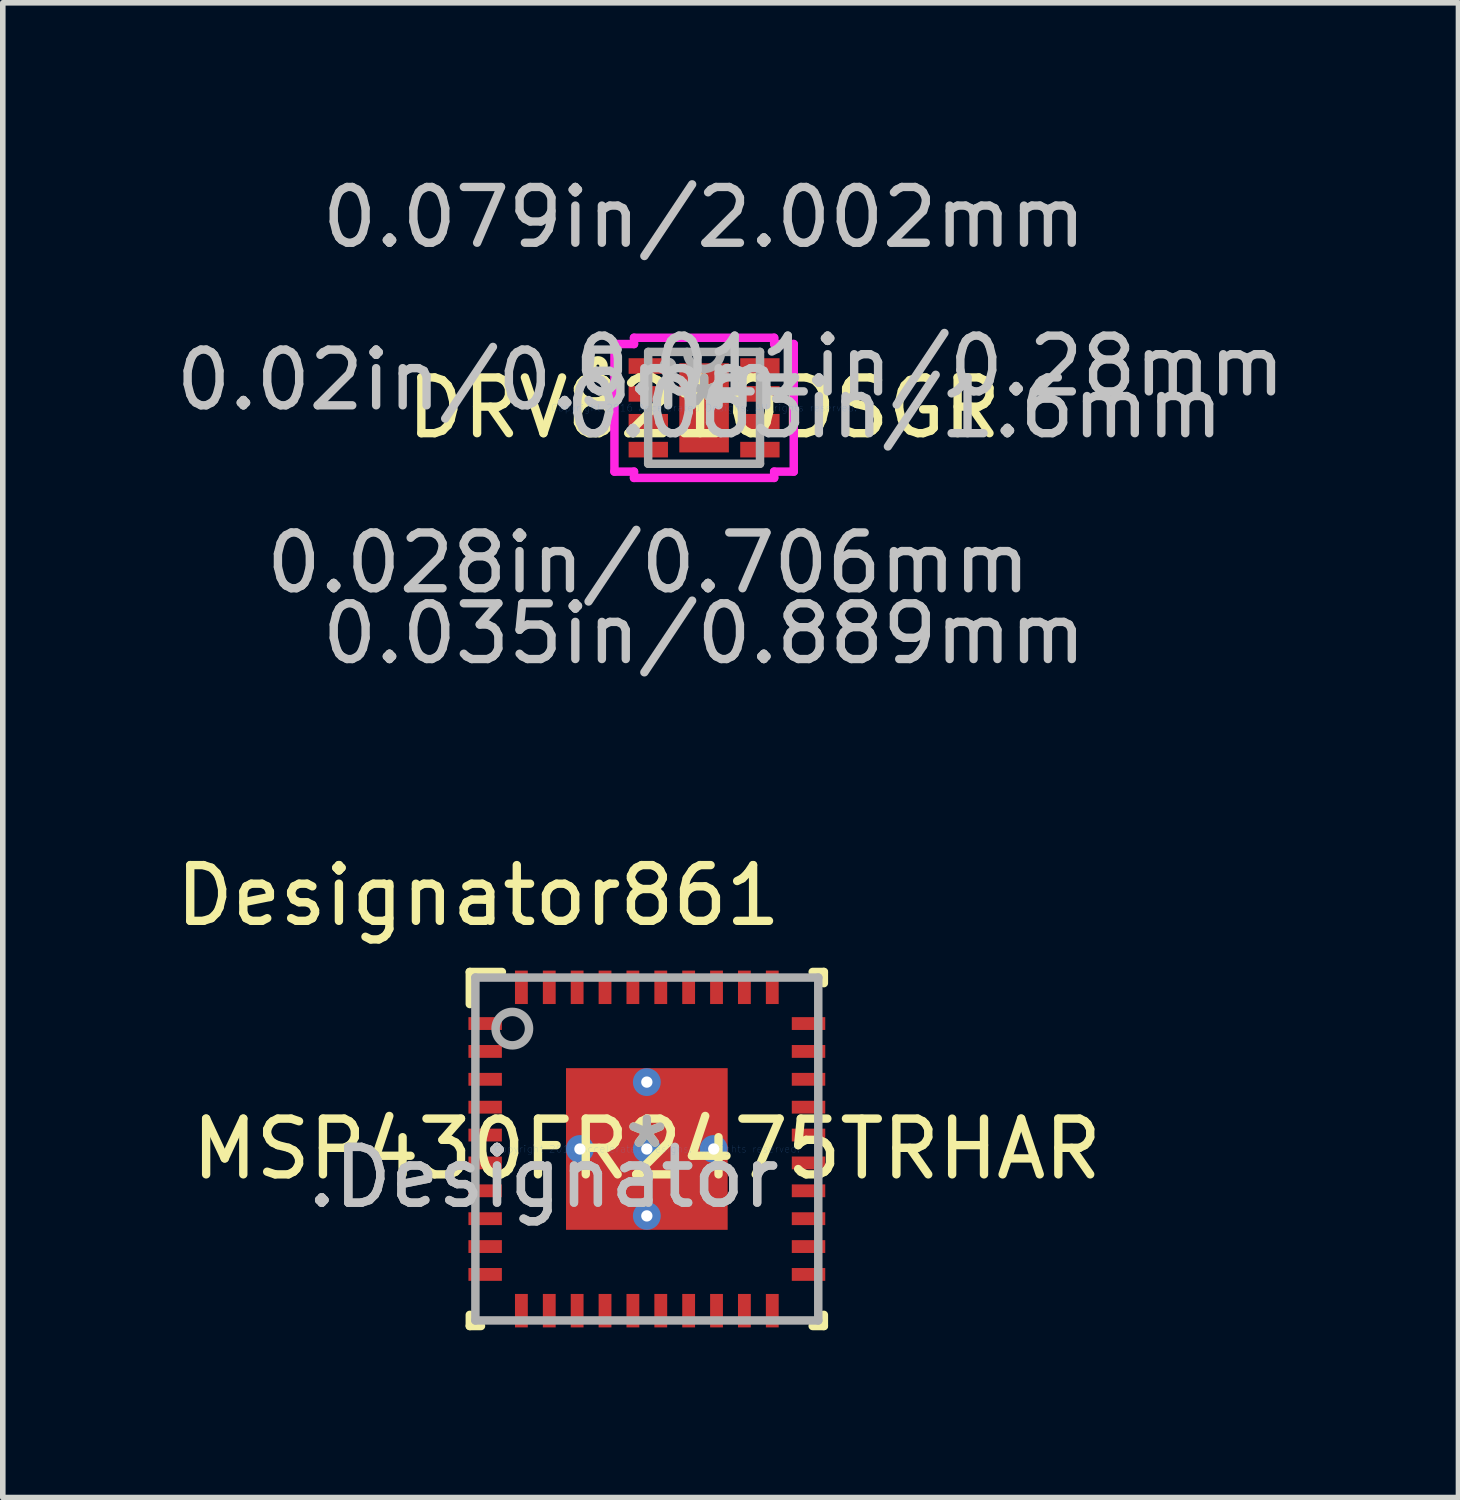
<source format=kicad_pcb>
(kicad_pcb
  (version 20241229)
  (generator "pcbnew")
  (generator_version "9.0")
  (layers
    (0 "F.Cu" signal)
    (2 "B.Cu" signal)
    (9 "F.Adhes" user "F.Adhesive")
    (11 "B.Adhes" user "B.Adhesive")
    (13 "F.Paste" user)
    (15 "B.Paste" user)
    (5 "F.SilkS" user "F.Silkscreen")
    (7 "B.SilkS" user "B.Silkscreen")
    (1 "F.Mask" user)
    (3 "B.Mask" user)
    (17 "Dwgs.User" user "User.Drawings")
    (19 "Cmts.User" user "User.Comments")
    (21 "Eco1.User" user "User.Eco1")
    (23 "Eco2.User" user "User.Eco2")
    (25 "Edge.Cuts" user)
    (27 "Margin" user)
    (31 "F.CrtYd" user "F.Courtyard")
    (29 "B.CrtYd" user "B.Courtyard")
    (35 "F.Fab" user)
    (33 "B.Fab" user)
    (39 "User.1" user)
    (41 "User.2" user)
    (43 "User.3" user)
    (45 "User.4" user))
  (footprint "DRV8210DSGR"
    (layer "F.Cu")
    (at 9.579 4.265)
    (property "Reference" "DRV8210DSGR" (at 0 0 0) (layer "F.SilkS") (effects (font (size 1 1) (thickness 0.15))))
    (attr through_hole)
    (fp_circle (center -1.905 -0.75) (end -1.803 -0.75) (stroke (width 0.152) (type solid)) (fill no) (layer "F.SilkS"))
    (fp_line (start -1.608 -1.144) (end -1.257 -1.144) (stroke (width 0.152) (type solid)) (layer "F.CrtYd"))
    (fp_line (start -1.608 1.144) (end -1.608 -1.144) (stroke (width 0.152) (type solid)) (layer "F.CrtYd"))
    (fp_line (start -1.257 -1.257) (end 1.257 -1.257) (stroke (width 0.152) (type solid)) (layer "F.CrtYd"))
    (fp_line (start -1.257 -1.144) (end -1.257 -1.257) (stroke (width 0.152) (type solid)) (layer "F.CrtYd"))
    (fp_line (start -1.257 1.144) (end -1.608 1.144) (stroke (width 0.152) (type solid)) (layer "F.CrtYd"))
    (fp_line (start -1.257 1.257) (end -1.257 1.144) (stroke (width 0.152) (type solid)) (layer "F.CrtYd"))
    (fp_line (start 1.257 -1.257) (end 1.257 -1.144) (stroke (width 0.152) (type solid)) (layer "F.CrtYd"))
    (fp_line (start 1.257 -1.144) (end 1.608 -1.144) (stroke (width 0.152) (type solid)) (layer "F.CrtYd"))
    (fp_line (start 1.257 1.144) (end 1.257 1.257) (stroke (width 0.152) (type solid)) (layer "F.CrtYd"))
    (fp_line (start 1.257 1.257) (end -1.257 1.257) (stroke (width 0.152) (type solid)) (layer "F.CrtYd"))
    (fp_line (start 1.608 -1.144) (end 1.608 1.144) (stroke (width 0.152) (type solid)) (layer "F.CrtYd"))
    (fp_line (start 1.608 1.144) (end 1.257 1.144) (stroke (width 0.152) (type solid)) (layer "F.CrtYd"))
    (fp_line (start -1.003 -1.003) (end -1.003 1.003) (stroke (width 0.152) (type solid)) (layer "F.Fab"))
    (fp_line (start -1.003 1.003) (end 1.003 1.003) (stroke (width 0.152) (type solid)) (layer "F.Fab"))
    (fp_line (start 1.003 -1.003) (end -1.003 -1.003) (stroke (width 0.152) (type solid)) (layer "F.Fab"))
    (fp_line (start 1.003 1.003) (end 1.003 -1.003) (stroke (width 0.152) (type solid)) (layer "F.Fab"))
    (fp_arc (start 0.3048 -1.0033) (mid 0 -0.6985) (end -0.3048 -1.0033) (stroke (width 0.1524) (type solid)) (layer "F.Fab"))
    (fp_circle (center -0.648 -0.75) (end -0.572 -0.75) (stroke (width 0.152) (type solid)) (fill no) (layer "F.Fab"))
    (fp_text user "*" (at 0 0 0) (layer "F.SilkS") (effects (font (size 1 1) (thickness 0.15))))
    (fp_text user "0.063in/1.6mm" (at 3.416 0 0) (layer "Dwgs.User") (effects (font (size 1 1) (thickness 0.15))))
    (fp_text user "0.02in/0.5mm" (at -4.049 -0.5 0) (layer "Dwgs.User") (effects (font (size 1 1) (thickness 0.15))))
    (fp_text user "0.035in/0.889mm" (at 0 4.051 0) (layer "Dwgs.User") (effects (font (size 1 1) (thickness 0.15))))
    (fp_text user "0.028in/0.706mm" (at -1.001 2.781 0) (layer "Dwgs.User") (effects (font (size 1 1) (thickness 0.15))))
    (fp_text user "0.079in/2.002mm" (at 0 -3.416 0) (layer "Dwgs.User") (effects (font (size 1 1) (thickness 0.15))))
    (fp_text user "0.011in/0.28mm" (at 4.049 -0.75 0) (layer "Dwgs.User") (effects (font (size 1 1) (thickness 0.15))))
    (fp_text user "Copyright 2016 Accelerated Designs. All rights reserved." (at 0 0 0) (layer "Cmts.User") (effects (font (size 0.127 0.127) (thickness 0.002))))
    (fp_text user "*" (at 0 0 0) (layer "F.Fab") (effects (font (size 1 1) (thickness 0.15))))
    (pad "1" smd rect (at -1.001 -0.75) (size 0.706 0.28) (layers "F.Cu" "F.Mask" "F.Paste"))
    (pad "2" smd rect (at -1.001 -0.25) (size 0.706 0.28) (layers "F.Cu" "F.Mask" "F.Paste"))
    (pad "3" smd rect (at -1.001 0.25) (size 0.706 0.28) (layers "F.Cu" "F.Mask" "F.Paste"))
    (pad "4" smd rect (at -1.001 0.75) (size 0.706 0.28) (layers "F.Cu" "F.Mask" "F.Paste"))
    (pad "5" smd rect (at 1.001 0.75) (size 0.706 0.28) (layers "F.Cu" "F.Mask" "F.Paste"))
    (pad "6" smd rect (at 1.001 0.25) (size 0.706 0.28) (layers "F.Cu" "F.Mask" "F.Paste"))
    (pad "7" smd rect (at 1.001 -0.25) (size 0.706 0.28) (layers "F.Cu" "F.Mask" "F.Paste"))
    (pad "8" smd rect (at 1.001 -0.75) (size 0.706 0.28) (layers "F.Cu" "F.Mask" "F.Paste"))
    (pad "9" smd rect (at 0 0) (size 0.889 1.6) (layers "F.Cu" "F.Mask" "F.Paste")))
  (footprint "MSP430FR2475TRHAR"
    (layer "F.Cu")
    (at 8.552 17.559)
    (property "Reference" "MSP430FR2475TRHAR" (at 0 0 0) (layer "F.SilkS") (effects (font (size 1 1) (thickness 0.15))))
    (attr through_hole)
    (fp_line (start -3.175 -3.175) (end -2.6 -3.175) (stroke (width 0.152) (type solid)) (layer "F.SilkS"))
    (fp_line (start -3.175 -2.6) (end -3.175 -3.175) (stroke (width 0.152) (type solid)) (layer "F.SilkS"))
    (fp_line (start -3.175 3.175) (end -3.175 2.975) (stroke (width 0.152) (type solid)) (layer "F.SilkS"))
    (fp_line (start -3.175 3.175) (end -2.975 3.175) (stroke (width 0.152) (type solid)) (layer "F.SilkS"))
    (fp_line (start 2.975 -3.175) (end 3.175 -3.175) (stroke (width 0.152) (type solid)) (layer "F.SilkS"))
    (fp_line (start 2.975 3.175) (end 3.175 3.175) (stroke (width 0.152) (type solid)) (layer "F.SilkS"))
    (fp_line (start 3.175 -2.975) (end 3.175 -3.175) (stroke (width 0.152) (type solid)) (layer "F.SilkS"))
    (fp_line (start 3.175 3.175) (end 3.175 2.975) (stroke (width 0.152) (type solid)) (layer "F.SilkS"))
    (fp_line (start -1.37 -1.37) (end -1.37 -0.1) (stroke (width 0.152) (type solid)) (layer "F.Paste"))
    (fp_line (start -1.37 -0.1) (end -0.1 -0.1) (stroke (width 0.152) (type solid)) (layer "F.Paste"))
    (fp_line (start -1.37 0.1) (end -1.37 1.37) (stroke (width 0.152) (type solid)) (layer "F.Paste"))
    (fp_line (start -1.37 1.37) (end -0.1 1.37) (stroke (width 0.152) (type solid)) (layer "F.Paste"))
    (fp_line (start -0.1 -1.37) (end -1.37 -1.37) (stroke (width 0.152) (type solid)) (layer "F.Paste"))
    (fp_line (start -0.1 -0.1) (end -0.1 -1.37) (stroke (width 0.152) (type solid)) (layer "F.Paste"))
    (fp_line (start -0.1 0.1) (end -1.37 0.1) (stroke (width 0.152) (type solid)) (layer "F.Paste"))
    (fp_line (start -0.1 1.37) (end -0.1 0.1) (stroke (width 0.152) (type solid)) (layer "F.Paste"))
    (fp_line (start 0.1 -1.37) (end 0.1 -0.1) (stroke (width 0.152) (type solid)) (layer "F.Paste"))
    (fp_line (start 0.1 -0.1) (end 1.37 -0.1) (stroke (width 0.152) (type solid)) (layer "F.Paste"))
    (fp_line (start 0.1 0.1) (end 0.1 1.37) (stroke (width 0.152) (type solid)) (layer "F.Paste"))
    (fp_line (start 0.1 1.37) (end 1.37 1.37) (stroke (width 0.152) (type solid)) (layer "F.Paste"))
    (fp_line (start 1.37 -1.37) (end 0.1 -1.37) (stroke (width 0.152) (type solid)) (layer "F.Paste"))
    (fp_line (start 1.37 -0.1) (end 1.37 -1.37) (stroke (width 0.152) (type solid)) (layer "F.Paste"))
    (fp_line (start 1.37 0.1) (end 0.1 0.1) (stroke (width 0.152) (type solid)) (layer "F.Paste"))
    (fp_line (start 1.37 1.37) (end 1.37 0.1) (stroke (width 0.152) (type solid)) (layer "F.Paste"))
    (fp_line (start -3.075 -3.075) (end 3.075 -3.075) (stroke (width 0.152) (type solid)) (layer "F.Fab"))
    (fp_line (start -3.075 3.075) (end -3.075 -3.075) (stroke (width 0.152) (type solid)) (layer "F.Fab"))
    (fp_line (start -3.075 3.075) (end 3.075 3.075) (stroke (width 0.152) (type solid)) (layer "F.Fab"))
    (fp_line (start 3.075 3.075) (end 3.075 -3.075) (stroke (width 0.152) (type solid)) (layer "F.Fab"))
    (fp_circle (center -2.413 -2.159) (end -2.113 -2.159) (stroke (width 0.152) (type solid)) (fill no) (layer "F.Fab"))
    (fp_text user "*" (at 0 0 0) (layer "F.SilkS") (effects (font (size 1 1) (thickness 0.15))))
    (fp_text user "Designator861" (at -3.023 -4.547 0) (layer "F.SilkS") (effects (font (size 1 1) (thickness 0.15))))
    (fp_text user ".Designator" (at -1.854 0.508 0) (layer "Dwgs.User") (effects (font (size 1 1) (thickness 0.15))))
    (fp_text user "Copyright 2016 Accelerated Designs. All rights reserved." (at 0 0 0) (layer "Cmts.User") (effects (font (size 0.127 0.127) (thickness 0.002))))
    (fp_text user ".Designator" (at -1.854 0.508 0) (layer "F.Fab") (effects (font (size 1 1) (thickness 0.15))))
    (fp_text user "*" (at 0 0 0) (layer "F.Fab") (effects (font (size 1 1) (thickness 0.15))))
    (pad "1" smd rect (at -2.9 -2.25 90) (size 0.23 0.6) (layers "F.Cu" "F.Mask" "F.Paste"))
    (pad "2" smd rect (at -2.9 -1.75 90) (size 0.23 0.6) (layers "F.Cu" "F.Mask" "F.Paste"))
    (pad "3" smd rect (at -2.9 -1.25 90) (size 0.23 0.6) (layers "F.Cu" "F.Mask" "F.Paste"))
    (pad "4" smd rect (at -2.9 -0.75 90) (size 0.23 0.6) (layers "F.Cu" "F.Mask" "F.Paste"))
    (pad "5" smd rect (at -2.9 -0.25 90) (size 0.23 0.6) (layers "F.Cu" "F.Mask" "F.Paste"))
    (pad "6" smd rect (at -2.9 0.25 90) (size 0.23 0.6) (layers "F.Cu" "F.Mask" "F.Paste"))
    (pad "7" smd rect (at -2.9 0.75 90) (size 0.23 0.6) (layers "F.Cu" "F.Mask" "F.Paste"))
    (pad "8" smd rect (at -2.9 1.25 90) (size 0.23 0.6) (layers "F.Cu" "F.Mask" "F.Paste"))
    (pad "9" smd rect (at -2.9 1.75 90) (size 0.23 0.6) (layers "F.Cu" "F.Mask" "F.Paste"))
    (pad "10" smd rect (at -2.9 2.25 90) (size 0.23 0.6) (layers "F.Cu" "F.Mask" "F.Paste"))
    (pad "11" smd rect (at -2.25 2.9) (size 0.23 0.6) (layers "F.Cu" "F.Mask" "F.Paste"))
    (pad "12" smd rect (at -1.75 2.9) (size 0.23 0.6) (layers "F.Cu" "F.Mask" "F.Paste"))
    (pad "13" smd rect (at -1.25 2.9) (size 0.23 0.6) (layers "F.Cu" "F.Mask" "F.Paste"))
    (pad "14" smd rect (at -0.75 2.9) (size 0.23 0.6) (layers "F.Cu" "F.Mask" "F.Paste"))
    (pad "15" smd rect (at -0.25 2.9) (size 0.23 0.6) (layers "F.Cu" "F.Mask" "F.Paste"))
    (pad "16" smd rect (at 0.25 2.9) (size 0.23 0.6) (layers "F.Cu" "F.Mask" "F.Paste"))
    (pad "17" smd rect (at 0.75 2.9) (size 0.23 0.6) (layers "F.Cu" "F.Mask" "F.Paste"))
    (pad "18" smd rect (at 1.25 2.9) (size 0.23 0.6) (layers "F.Cu" "F.Mask" "F.Paste"))
    (pad "19" smd rect (at 1.75 2.9) (size 0.23 0.6) (layers "F.Cu" "F.Mask" "F.Paste"))
    (pad "20" smd rect (at 2.25 2.9) (size 0.23 0.6) (layers "F.Cu" "F.Mask" "F.Paste"))
    (pad "21" smd rect (at 2.9 2.25 90) (size 0.23 0.6) (layers "F.Cu" "F.Mask" "F.Paste"))
    (pad "22" smd rect (at 2.9 1.75 90) (size 0.23 0.6) (layers "F.Cu" "F.Mask" "F.Paste"))
    (pad "23" smd rect (at 2.9 1.25 90) (size 0.23 0.6) (layers "F.Cu" "F.Mask" "F.Paste"))
    (pad "24" smd rect (at 2.9 0.75 90) (size 0.23 0.6) (layers "F.Cu" "F.Mask" "F.Paste"))
    (pad "25" smd rect (at 2.9 0.25 90) (size 0.23 0.6) (layers "F.Cu" "F.Mask" "F.Paste"))
    (pad "26" smd rect (at 2.9 -0.25 90) (size 0.23 0.6) (layers "F.Cu" "F.Mask" "F.Paste"))
    (pad "27" smd rect (at 2.9 -0.75 90) (size 0.23 0.6) (layers "F.Cu" "F.Mask" "F.Paste"))
    (pad "28" smd rect (at 2.9 -1.25 90) (size 0.23 0.6) (layers "F.Cu" "F.Mask" "F.Paste"))
    (pad "29" smd rect (at 2.9 -1.75 90) (size 0.23 0.6) (layers "F.Cu" "F.Mask" "F.Paste"))
    (pad "30" smd rect (at 2.9 -2.25 90) (size 0.23 0.6) (layers "F.Cu" "F.Mask" "F.Paste"))
    (pad "31" smd rect (at 2.25 -2.9) (size 0.23 0.6) (layers "F.Cu" "F.Mask" "F.Paste"))
    (pad "32" smd rect (at 1.75 -2.9) (size 0.23 0.6) (layers "F.Cu" "F.Mask" "F.Paste"))
    (pad "33" smd rect (at 1.25 -2.9) (size 0.23 0.6) (layers "F.Cu" "F.Mask" "F.Paste"))
    (pad "34" smd rect (at 0.75 -2.9) (size 0.23 0.6) (layers "F.Cu" "F.Mask" "F.Paste"))
    (pad "35" smd rect (at 0.25 -2.9) (size 0.23 0.6) (layers "F.Cu" "F.Mask" "F.Paste"))
    (pad "36" smd rect (at -0.25 -2.9) (size 0.23 0.6) (layers "F.Cu" "F.Mask" "F.Paste"))
    (pad "37" smd rect (at -0.75 -2.9) (size 0.23 0.6) (layers "F.Cu" "F.Mask" "F.Paste"))
    (pad "38" smd rect (at -1.25 -2.9) (size 0.23 0.6) (layers "F.Cu" "F.Mask" "F.Paste"))
    (pad "39" smd rect (at -1.75 -2.9) (size 0.23 0.6) (layers "F.Cu" "F.Mask" "F.Paste"))
    (pad "40" smd rect (at -2.25 -2.9) (size 0.23 0.6) (layers "F.Cu" "F.Mask" "F.Paste"))
    (pad "41" smd rect (at 0 0) (size 2.9 2.9) (layers "F.Cu" "F.Mask" "F.Paste"))
    (pad "V" thru_hole circle (at -1.2 0) (size 0.5 0.5) (drill 0.203) (layers "*.Cu" "*.Mask"))
    (pad "V" thru_hole circle (at 0 -1.2) (size 0.5 0.5) (drill 0.203) (layers "*.Cu" "*.Mask"))
    (pad "V" thru_hole circle (at 0 0) (size 0.5 0.5) (drill 0.203) (layers "*.Cu" "*.Mask"))
    (pad "V" thru_hole circle (at 0 1.2) (size 0.5 0.5) (drill 0.203) (layers "*.Cu" "*.Mask"))
    (pad "V" thru_hole circle (at 1.2 0) (size 0.5 0.5) (drill 0.203) (layers "*.Cu" "*.Mask")))
  (gr_rect
    (start -3 -3)
    (end 23.11 23.81)
    (stroke (width 0.1) (type default))
    (fill no)
    (layer "Edge.Cuts")))
</source>
